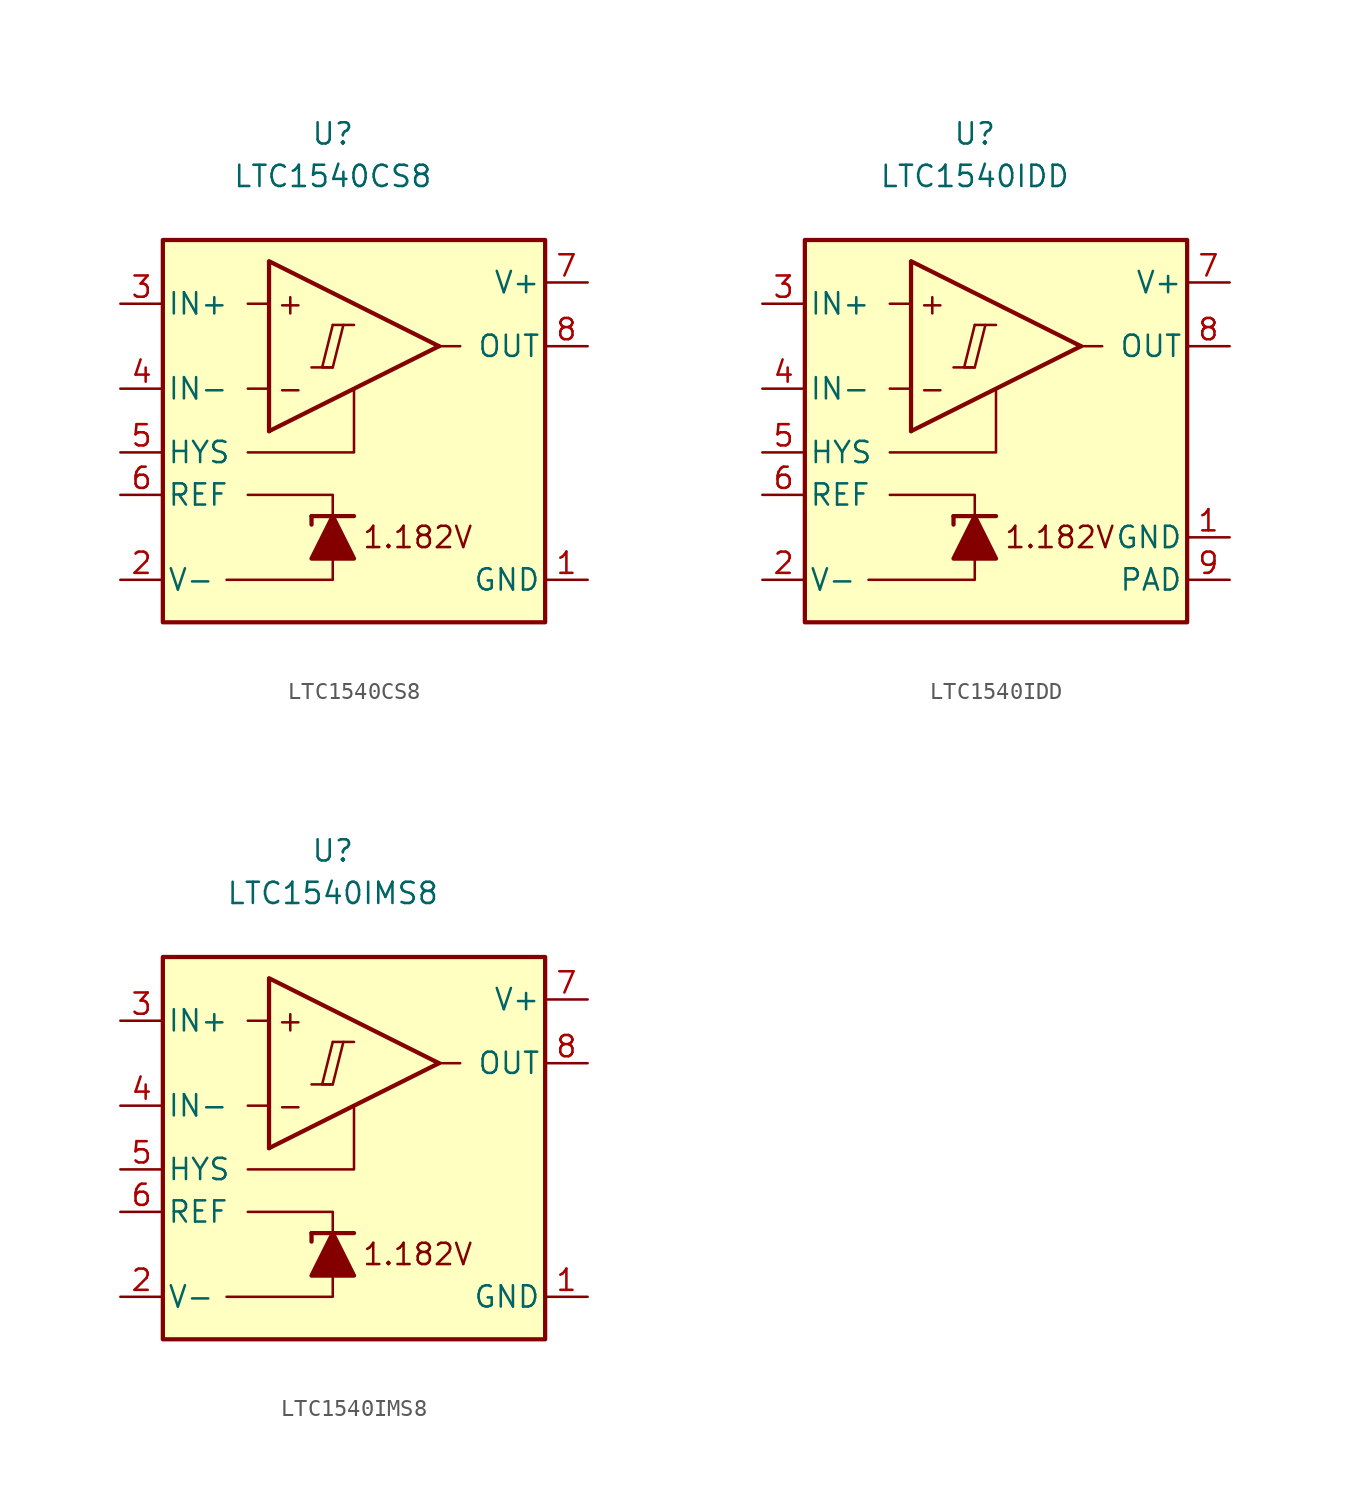
<source format=kicad_sym>
(kicad_symbol_lib
  (version 20211014)
  (generator kicad_symbol_editor)
  (symbol "LTC1540CS8"
    (pin_names
      (offset 0.254))
    (property "Reference" "U"
      (at 0 16.51 0)
      (effects (font (size 1.27 1.27))))
    (property "Value" "LTC1540CS8"
      (at 0 13.97 0)
      (effects (font (size 1.27 1.27))))
    (symbol "LTC1540CS8_0_0"
      (polyline (pts (xy -1.27 2.54) (xy 0 2.54)) (stroke (width 0.152) (type default) (color 0 0 0 0)) (fill (type none)))
      (polyline (pts (xy 0 5.08) (xy 1.27 5.08)) (stroke (width 0.152) (type default) (color 0 0 0 0)) (fill (type none)))
      (polyline (pts (xy 6.35 3.81) (xy -3.81 -1.27)) (stroke (width 0.254) (type default) (color 0 0 0 0)) (fill (type none)))
      (polyline (pts (xy 6.35 3.81) (xy -3.81 8.89) (xy -3.81 -1.27)) (stroke (width 0.254) (type default) (color 0 0 0 0)) (fill (type background)))
      (polyline (pts (xy 0 5.08) (xy -0.635 2.54) (xy 0 2.54) (xy 0.635 5.08)) (stroke (width 0.152) (type default) (color 0 0 0 0)) (fill (type none)))
      (text "+" (at -2.54 6.35 0) (effects (font (size 1.27 1.27))))
      (text "-" (at -2.54 1.27 0) (effects (font (size 1.27 1.27)))))
    (symbol "LTC1540CS8_0_1"
      (polyline (pts (xy -3.81 1.27) (xy -5.08 1.27)) (stroke (width 0) (type default) (color 0 0 0 0)) (fill (type none)))
      (polyline (pts (xy -3.81 6.35) (xy -5.08 6.35)) (stroke (width 0) (type default) (color 0 0 0 0)) (fill (type none)))
      (polyline (pts (xy -1.27 -6.35) (xy -1.27 -6.858)) (stroke (width 0.254) (type default) (color 0 0 0 0)) (fill (type none)))
      (polyline (pts (xy -1.27 -6.35) (xy 1.27 -6.35)) (stroke (width 0.254) (type default) (color 0 0 0 0)) (fill (type none)))
      (polyline (pts (xy 6.35 3.81) (xy 7.62 3.81)) (stroke (width 0) (type default) (color 0 0 0 0)) (fill (type none)))
      (polyline (pts (xy 0 -8.89) (xy 0 -10.16) (xy -6.35 -10.16)) (stroke (width 0) (type default) (color 0 0 0 0)) (fill (type none)))
      (polyline (pts (xy 0 -6.35) (xy 0 -5.08) (xy -5.08 -5.08)) (stroke (width 0) (type default) (color 0 0 0 0)) (fill (type none)))
      (polyline (pts (xy 1.27 1.27) (xy 1.27 -2.54) (xy -5.08 -2.54)) (stroke (width 0) (type default) (color 0 0 0 0)) (fill (type none)))
      (polyline (pts (xy 1.27 -8.89) (xy -1.27 -8.89) (xy 0 -6.35) (xy 1.27 -8.89)) (stroke (width 0.254) (type default) (color 0 0 0 0)) (fill (type outline)))
      (rectangle (start 12.7 10.16) (end -10.16 -12.7) (stroke (width 0.254) (type default) (color 0 0 0 0)) (fill (type background))))
    (symbol "LTC1540CS8_1_0"
      (text "1.182V" (at 5.08 -7.62 0) (effects (font (size 1.27 1.27)))))
    (symbol "LTC1540CS8_1_1"
      (pin power_in line (at 15.24 -10.16 180) (length 2.54) (name "GND" (effects (font (size 1.27 1.27)))) (number "1" (effects (font (size 1.27 1.27)))))
      (pin power_in line (at -12.7 -10.16 0) (length 2.54) (name "V-" (effects (font (size 1.27 1.27)))) (number "2" (effects (font (size 1.27 1.27)))))
      (pin input line (at -12.7 6.35 0) (length 2.54) (name "IN+" (effects (font (size 1.27 1.27)))) (number "3" (effects (font (size 1.27 1.27)))))
      (pin input line (at -12.7 1.27 0) (length 2.54) (name "IN-" (effects (font (size 1.27 1.27)))) (number "4" (effects (font (size 1.27 1.27)))))
      (pin input line (at -12.7 -2.54 0) (length 2.54) (name "HYS" (effects (font (size 1.27 1.27)))) (number "5" (effects (font (size 1.27 1.27)))))
      (pin output line (at -12.7 -5.08 0) (length 2.54) (name "REF" (effects (font (size 1.27 1.27)))) (number "6" (effects (font (size 1.27 1.27)))))
      (pin power_in line (at 15.24 7.62 180) (length 2.54) (name "V+" (effects (font (size 1.27 1.27)))) (number "7" (effects (font (size 1.27 1.27)))))
      (pin output line (at 15.24 3.81 180) (length 2.54) (name "OUT" (effects (font (size 1.27 1.27)))) (number "8" (effects (font (size 1.27 1.27)))))))
  (symbol "LTC1540IDD"
    (pin_names
      (offset 0.254))
    (property "Reference" "U"
      (at 0 16.51 0)
      (effects (font (size 1.27 1.27))))
    (property "Value" "LTC1540IDD"
      (at 0 13.97 0)
      (effects (font (size 1.27 1.27))))
    (symbol "LTC1540IDD_0_0"
      (polyline (pts (xy -1.27 2.54) (xy 0 2.54)) (stroke (width 0.152) (type default) (color 0 0 0 0)) (fill (type none)))
      (polyline (pts (xy 0 5.08) (xy 1.27 5.08)) (stroke (width 0.152) (type default) (color 0 0 0 0)) (fill (type none)))
      (polyline (pts (xy 6.35 3.81) (xy -3.81 -1.27)) (stroke (width 0.254) (type default) (color 0 0 0 0)) (fill (type none)))
      (polyline (pts (xy 6.35 3.81) (xy -3.81 8.89) (xy -3.81 -1.27)) (stroke (width 0.254) (type default) (color 0 0 0 0)) (fill (type background)))
      (polyline (pts (xy 0 5.08) (xy -0.635 2.54) (xy 0 2.54) (xy 0.635 5.08)) (stroke (width 0.152) (type default) (color 0 0 0 0)) (fill (type none)))
      (text "+" (at -2.54 6.35 0) (effects (font (size 1.27 1.27))))
      (text "-" (at -2.54 1.27 0) (effects (font (size 1.27 1.27)))))
    (symbol "LTC1540IDD_0_1"
      (polyline (pts (xy -3.81 1.27) (xy -5.08 1.27)) (stroke (width 0) (type default) (color 0 0 0 0)) (fill (type none)))
      (polyline (pts (xy -3.81 6.35) (xy -5.08 6.35)) (stroke (width 0) (type default) (color 0 0 0 0)) (fill (type none)))
      (polyline (pts (xy -1.27 -6.35) (xy -1.27 -6.858)) (stroke (width 0.254) (type default) (color 0 0 0 0)) (fill (type none)))
      (polyline (pts (xy -1.27 -6.35) (xy 1.27 -6.35)) (stroke (width 0.254) (type default) (color 0 0 0 0)) (fill (type none)))
      (polyline (pts (xy 6.35 3.81) (xy 7.62 3.81)) (stroke (width 0) (type default) (color 0 0 0 0)) (fill (type none)))
      (polyline (pts (xy 0 -8.89) (xy 0 -10.16) (xy -6.35 -10.16)) (stroke (width 0) (type default) (color 0 0 0 0)) (fill (type none)))
      (polyline (pts (xy 0 -6.35) (xy 0 -5.08) (xy -5.08 -5.08)) (stroke (width 0) (type default) (color 0 0 0 0)) (fill (type none)))
      (polyline (pts (xy 1.27 1.27) (xy 1.27 -2.54) (xy -5.08 -2.54)) (stroke (width 0) (type default) (color 0 0 0 0)) (fill (type none)))
      (polyline (pts (xy 1.27 -8.89) (xy -1.27 -8.89) (xy 0 -6.35) (xy 1.27 -8.89)) (stroke (width 0.254) (type default) (color 0 0 0 0)) (fill (type outline)))
      (rectangle (start 12.7 10.16) (end -10.16 -12.7) (stroke (width 0.254) (type default) (color 0 0 0 0)) (fill (type background))))
    (symbol "LTC1540IDD_1_0"
      (text "1.182V" (at 5.08 -7.62 0) (effects (font (size 1.27 1.27)))))
    (symbol "LTC1540IDD_1_1"
      (pin power_in line (at 15.24 -7.62 180) (length 2.54) (name "GND" (effects (font (size 1.27 1.27)))) (number "1" (effects (font (size 1.27 1.27)))))
      (pin power_in line (at -12.7 -10.16 0) (length 2.54) (name "V-" (effects (font (size 1.27 1.27)))) (number "2" (effects (font (size 1.27 1.27)))))
      (pin input line (at -12.7 6.35 0) (length 2.54) (name "IN+" (effects (font (size 1.27 1.27)))) (number "3" (effects (font (size 1.27 1.27)))))
      (pin input line (at -12.7 1.27 0) (length 2.54) (name "IN-" (effects (font (size 1.27 1.27)))) (number "4" (effects (font (size 1.27 1.27)))))
      (pin input line (at -12.7 -2.54 0) (length 2.54) (name "HYS" (effects (font (size 1.27 1.27)))) (number "5" (effects (font (size 1.27 1.27)))))
      (pin output line (at -12.7 -5.08 0) (length 2.54) (name "REF" (effects (font (size 1.27 1.27)))) (number "6" (effects (font (size 1.27 1.27)))))
      (pin power_in line (at 15.24 7.62 180) (length 2.54) (name "V+" (effects (font (size 1.27 1.27)))) (number "7" (effects (font (size 1.27 1.27)))))
      (pin output line (at 15.24 3.81 180) (length 2.54) (name "OUT" (effects (font (size 1.27 1.27)))) (number "8" (effects (font (size 1.27 1.27)))))
      (pin power_in line (at 15.24 -10.16 180) (length 2.54) (name "PAD" (effects (font (size 1.27 1.27)))) (number "9" (effects (font (size 1.27 1.27)))))))
  (symbol "LTC1540IMS8"
    (pin_names
      (offset 0.254))
    (property "Reference" "U"
      (at 0 16.51 0)
      (effects (font (size 1.27 1.27))))
    (property "Value" "LTC1540IMS8"
      (at 0 13.97 0)
      (effects (font (size 1.27 1.27))))
    (symbol "LTC1540IMS8_0_0"
      (polyline (pts (xy -1.27 2.54) (xy 0 2.54)) (stroke (width 0.152) (type default) (color 0 0 0 0)) (fill (type none)))
      (polyline (pts (xy 0 5.08) (xy 1.27 5.08)) (stroke (width 0.152) (type default) (color 0 0 0 0)) (fill (type none)))
      (polyline (pts (xy 6.35 3.81) (xy -3.81 -1.27)) (stroke (width 0.254) (type default) (color 0 0 0 0)) (fill (type none)))
      (polyline (pts (xy 6.35 3.81) (xy -3.81 8.89) (xy -3.81 -1.27)) (stroke (width 0.254) (type default) (color 0 0 0 0)) (fill (type background)))
      (polyline (pts (xy 0 5.08) (xy -0.635 2.54) (xy 0 2.54) (xy 0.635 5.08)) (stroke (width 0.152) (type default) (color 0 0 0 0)) (fill (type none)))
      (text "+" (at -2.54 6.35 0) (effects (font (size 1.27 1.27))))
      (text "-" (at -2.54 1.27 0) (effects (font (size 1.27 1.27)))))
    (symbol "LTC1540IMS8_0_1"
      (polyline (pts (xy -3.81 1.27) (xy -5.08 1.27)) (stroke (width 0) (type default) (color 0 0 0 0)) (fill (type none)))
      (polyline (pts (xy -3.81 6.35) (xy -5.08 6.35)) (stroke (width 0) (type default) (color 0 0 0 0)) (fill (type none)))
      (polyline (pts (xy -1.27 -6.35) (xy -1.27 -6.858)) (stroke (width 0.254) (type default) (color 0 0 0 0)) (fill (type none)))
      (polyline (pts (xy -1.27 -6.35) (xy 1.27 -6.35)) (stroke (width 0.254) (type default) (color 0 0 0 0)) (fill (type none)))
      (polyline (pts (xy 6.35 3.81) (xy 7.62 3.81)) (stroke (width 0) (type default) (color 0 0 0 0)) (fill (type none)))
      (polyline (pts (xy 0 -8.89) (xy 0 -10.16) (xy -6.35 -10.16)) (stroke (width 0) (type default) (color 0 0 0 0)) (fill (type none)))
      (polyline (pts (xy 0 -6.35) (xy 0 -5.08) (xy -5.08 -5.08)) (stroke (width 0) (type default) (color 0 0 0 0)) (fill (type none)))
      (polyline (pts (xy 1.27 1.27) (xy 1.27 -2.54) (xy -5.08 -2.54)) (stroke (width 0) (type default) (color 0 0 0 0)) (fill (type none)))
      (polyline (pts (xy 1.27 -8.89) (xy -1.27 -8.89) (xy 0 -6.35) (xy 1.27 -8.89)) (stroke (width 0.254) (type default) (color 0 0 0 0)) (fill (type outline)))
      (rectangle (start 12.7 10.16) (end -10.16 -12.7) (stroke (width 0.254) (type default) (color 0 0 0 0)) (fill (type background))))
    (symbol "LTC1540IMS8_1_0"
      (text "1.182V" (at 5.08 -7.62 0) (effects (font (size 1.27 1.27)))))
    (symbol "LTC1540IMS8_1_1"
      (pin power_in line (at 15.24 -10.16 180) (length 2.54) (name "GND" (effects (font (size 1.27 1.27)))) (number "1" (effects (font (size 1.27 1.27)))))
      (pin power_in line (at -12.7 -10.16 0) (length 2.54) (name "V-" (effects (font (size 1.27 1.27)))) (number "2" (effects (font (size 1.27 1.27)))))
      (pin input line (at -12.7 6.35 0) (length 2.54) (name "IN+" (effects (font (size 1.27 1.27)))) (number "3" (effects (font (size 1.27 1.27)))))
      (pin input line (at -12.7 1.27 0) (length 2.54) (name "IN-" (effects (font (size 1.27 1.27)))) (number "4" (effects (font (size 1.27 1.27)))))
      (pin input line (at -12.7 -2.54 0) (length 2.54) (name "HYS" (effects (font (size 1.27 1.27)))) (number "5" (effects (font (size 1.27 1.27)))))
      (pin output line (at -12.7 -5.08 0) (length 2.54) (name "REF" (effects (font (size 1.27 1.27)))) (number "6" (effects (font (size 1.27 1.27)))))
      (pin power_in line (at 15.24 7.62 180) (length 2.54) (name "V+" (effects (font (size 1.27 1.27)))) (number "7" (effects (font (size 1.27 1.27)))))
      (pin output line (at 15.24 3.81 180) (length 2.54) (name "OUT" (effects (font (size 1.27 1.27)))) (number "8" (effects (font (size 1.27 1.27))))))))
</source>
